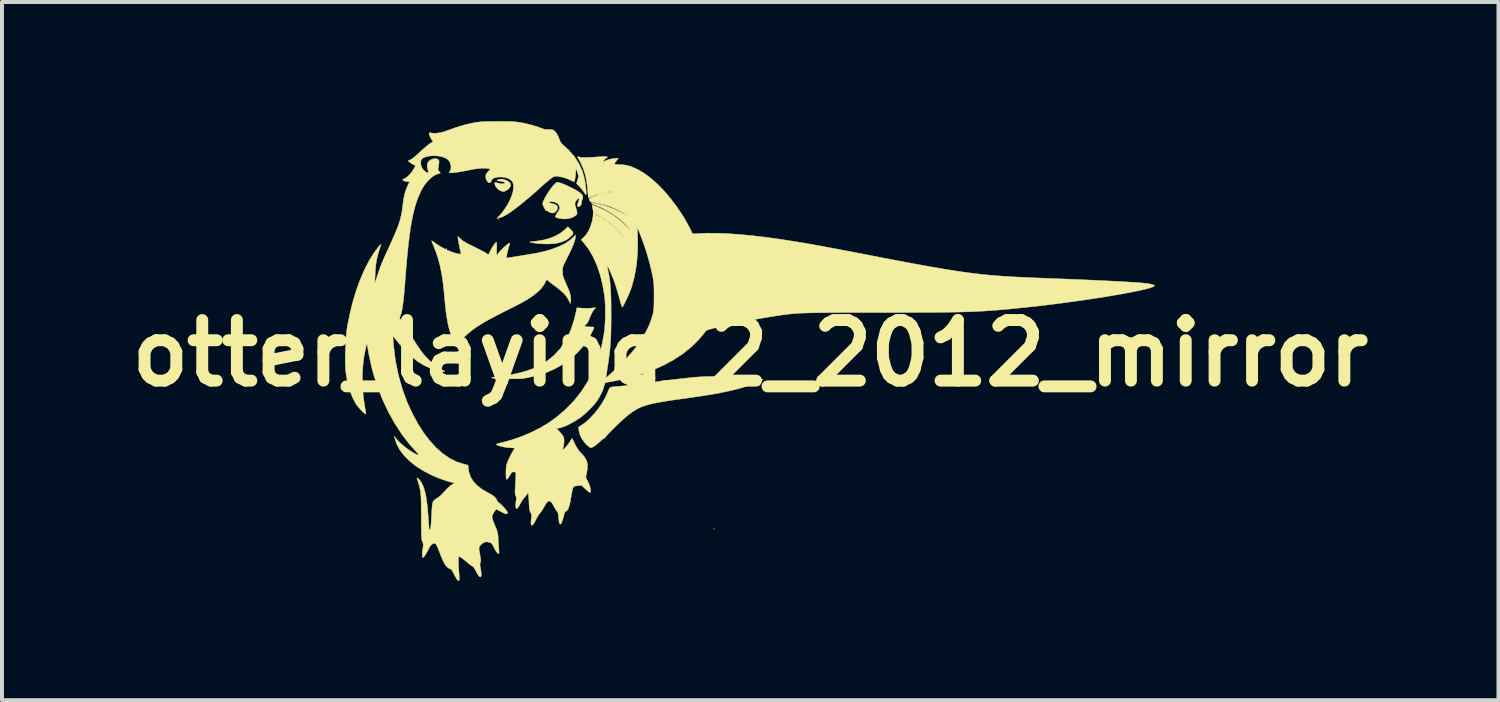
<source format=kicad_pcb>
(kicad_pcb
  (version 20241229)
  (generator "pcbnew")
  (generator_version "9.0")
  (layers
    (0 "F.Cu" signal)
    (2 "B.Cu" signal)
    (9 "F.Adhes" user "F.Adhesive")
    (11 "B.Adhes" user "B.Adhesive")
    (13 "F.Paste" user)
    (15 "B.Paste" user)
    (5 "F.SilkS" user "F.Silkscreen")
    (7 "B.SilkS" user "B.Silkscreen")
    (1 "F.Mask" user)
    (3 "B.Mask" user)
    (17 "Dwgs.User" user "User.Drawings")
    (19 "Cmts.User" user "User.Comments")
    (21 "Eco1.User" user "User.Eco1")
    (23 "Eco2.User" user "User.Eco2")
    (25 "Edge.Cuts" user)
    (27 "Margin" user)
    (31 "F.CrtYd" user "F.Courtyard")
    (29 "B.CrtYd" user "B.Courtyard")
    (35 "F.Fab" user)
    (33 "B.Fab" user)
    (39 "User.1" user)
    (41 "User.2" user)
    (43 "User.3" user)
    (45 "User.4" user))
  (footprint "otter_laying_2_2012_mirror"
    (layer "F.Cu")
    (at 14.428 5.838)
    (property "Reference" "otter_laying_2_2012_mirror" (at 1.4 0 0) (layer "F.SilkS") (effects (font (size 1.524 1.524) (thickness 0.3))))
    (attr through_hole)
    (fp_poly (pts (xy -6.252 -2.627) (xy -6.244 -2.619) (xy -6.236 -2.627) (xy -6.244 -2.635) (xy -6.252 -2.627)) (stroke (width 0.01) (type solid)) (fill yes) (layer "F.SilkS"))
    (fp_poly (pts (xy -4.934 -3.373) (xy -4.926 -3.365) (xy -4.918 -3.373) (xy -4.926 -3.381) (xy -4.934 -3.373)) (stroke (width 0.01) (type solid)) (fill yes) (layer "F.SilkS"))
    (fp_poly (pts (xy 0.479 4.421) (xy 0.487 4.429) (xy 0.495 4.421) (xy 0.487 4.413) (xy 0.479 4.421)) (stroke (width 0.01) (type solid)) (fill yes) (layer "F.SilkS"))
    (fp_poly (pts (xy -3.274 -3.102) (xy -3.379 -3.019) (xy -3.509 -2.947) (xy -3.658 -2.888) (xy -3.821 -2.845) (xy -3.992 -2.819) (xy -4.018 -2.817) (xy -4.079 -2.811) (xy -4.124 -2.805) (xy -4.148 -2.8) (xy -4.15 -2.798) (xy -4.131 -2.792) (xy -4.089 -2.783) (xy -4.032 -2.772) (xy -4.01 -2.768) (xy -3.904 -2.756) (xy -3.785 -2.75) (xy -3.663 -2.75) (xy -3.551 -2.756) (xy -3.457 -2.769) (xy -3.445 -2.772) (xy -3.326 -2.805) (xy -3.229 -2.849) (xy -3.147 -2.909) (xy -3.141 -2.914) (xy -3.09 -2.963) (xy -3.061 -2.999) (xy -3.056 -3.03) (xy -3.072 -3.063) (xy -3.11 -3.105) (xy -3.115 -3.11) (xy -3.188 -3.184) (xy -3.274 -3.102)) (stroke (width 0.01) (type solid)) (fill yes) (layer "F.SilkS"))
    (fp_poly (pts (xy -4.937 -4.371) (xy -4.958 -4.36) (xy -4.971 -4.348) (xy -4.966 -4.34) (xy -4.937 -4.335) (xy -4.896 -4.331) (xy -4.841 -4.322) (xy -4.797 -4.309) (xy -4.781 -4.299) (xy -4.769 -4.283) (xy -4.778 -4.273) (xy -4.814 -4.266) (xy -4.816 -4.265) (xy -4.879 -4.265) (xy -4.94 -4.279) (xy -4.989 -4.295) (xy -5.016 -4.3) (xy -5.027 -4.292) (xy -5.029 -4.27) (xy -5.029 -4.268) (xy -5.016 -4.216) (xy -4.981 -4.161) (xy -4.931 -4.115) (xy -4.896 -4.094) (xy -4.848 -4.074) (xy -4.816 -4.067) (xy -4.786 -4.072) (xy -4.752 -4.086) (xy -4.695 -4.123) (xy -4.649 -4.173) (xy -4.626 -4.216) (xy -4.629 -4.257) (xy -4.656 -4.296) (xy -4.703 -4.331) (xy -4.76 -4.359) (xy -4.823 -4.377) (xy -4.884 -4.382) (xy -4.937 -4.371)) (stroke (width 0.01) (type solid)) (fill yes) (layer "F.SilkS"))
    (fp_poly (pts (xy -2.541 -1.144) (xy -2.573 -1.139) (xy -2.627 -1.133) (xy -2.7 -1.131) (xy -2.779 -1.132) (xy -2.81 -1.133) (xy -2.963 -1.143) (xy -2.981 -1.052) (xy -3.024 -0.869) (xy -3.081 -0.683) (xy -3.144 -0.516) (xy -3.247 -0.31) (xy -3.375 -0.123) (xy -3.526 0.043) (xy -3.7 0.187) (xy -3.894 0.307) (xy -4.064 0.387) (xy -4.232 0.446) (xy -4.423 0.498) (xy -4.631 0.543) (xy -4.848 0.578) (xy -5.011 0.597) (xy -5.071 0.604) (xy -5.102 0.61) (xy -5.107 0.618) (xy -5.101 0.623) (xy -5.076 0.629) (xy -5.024 0.634) (xy -4.952 0.638) (xy -4.864 0.641) (xy -4.768 0.643) (xy -4.667 0.644) (xy -4.568 0.644) (xy -4.477 0.643) (xy -4.398 0.641) (xy -4.337 0.637) (xy -4.316 0.635) (xy -4.169 0.609) (xy -4.012 0.573) (xy -3.86 0.531) (xy -3.764 0.499) (xy -3.531 0.4) (xy -3.313 0.278) (xy -3.114 0.135) (xy -2.936 -0.027) (xy -2.78 -0.205) (xy -2.651 -0.398) (xy -2.606 -0.482) (xy -2.568 -0.556) (xy -2.544 -0.607) (xy -2.534 -0.639) (xy -2.538 -0.655) (xy -2.556 -0.661) (xy -2.588 -0.662) (xy -2.606 -0.662) (xy -2.663 -0.663) (xy -2.715 -0.668) (xy -2.732 -0.672) (xy -2.776 -0.684) (xy -2.732 -0.721) (xy -2.701 -0.758) (xy -2.671 -0.812) (xy -2.658 -0.844) (xy -2.631 -0.912) (xy -2.6 -0.981) (xy -2.568 -1.042) (xy -2.538 -1.089) (xy -2.516 -1.115) (xy -2.512 -1.118) (xy -2.492 -1.133) (xy -2.489 -1.14) (xy -2.504 -1.146) (xy -2.541 -1.144)) (stroke (width 0.01) (type solid)) (fill yes) (layer "F.SilkS"))
    (fp_poly (pts (xy 0.381 0.585) (xy 0.209 0.59) (xy 0.057 0.6) (xy 0.043 0.601) (xy -0.121 0.617) (xy -0.305 0.637) (xy -0.502 0.659) (xy -0.701 0.684) (xy -0.892 0.71) (xy -0.979 0.722) (xy -1.124 0.742) (xy -1.277 0.763) (xy -1.431 0.782) (xy -1.578 0.799) (xy -1.714 0.814) (xy -1.83 0.826) (xy -1.91 0.833) (xy -1.998 0.84) (xy -2.06 0.846) (xy -2.102 0.855) (xy -2.129 0.87) (xy -2.148 0.893) (xy -2.164 0.927) (xy -2.18 0.968) (xy -2.244 1.11) (xy -2.328 1.256) (xy -2.427 1.401) (xy -2.537 1.536) (xy -2.651 1.656) (xy -2.765 1.755) (xy -2.808 1.786) (xy -2.922 1.862) (xy -2.912 1.943) (xy -2.887 2.047) (xy -2.836 2.152) (xy -2.767 2.25) (xy -2.721 2.299) (xy -2.676 2.339) (xy -2.638 2.368) (xy -2.614 2.381) (xy -2.612 2.381) (xy -2.587 2.373) (xy -2.547 2.353) (xy -2.52 2.336) (xy -2.472 2.301) (xy -2.414 2.253) (xy -2.366 2.209) (xy -2.322 2.169) (xy -2.286 2.144) (xy -2.265 2.137) (xy -2.264 2.137) (xy -2.254 2.138) (xy -2.256 2.132) (xy -2.249 2.116) (xy -2.221 2.083) (xy -2.177 2.034) (xy -2.12 1.975) (xy -2.054 1.909) (xy -1.983 1.838) (xy -1.908 1.767) (xy -1.836 1.699) (xy -1.768 1.637) (xy -1.708 1.586) (xy -1.677 1.561) (xy -1.607 1.507) (xy -1.54 1.459) (xy -1.473 1.418) (xy -1.404 1.381) (xy -1.329 1.348) (xy -1.246 1.318) (xy -1.151 1.291) (xy -1.042 1.265) (xy -0.917 1.24) (xy -0.771 1.214) (xy -0.603 1.188) (xy -0.409 1.16) (xy -0.186 1.129) (xy -0.172 1.127) (xy 0.135 1.083) (xy 0.411 1.039) (xy 0.66 0.994) (xy 0.884 0.947) (xy 1.084 0.898) (xy 1.263 0.847) (xy 1.423 0.792) (xy 1.567 0.734) (xy 1.614 0.713) (xy 1.725 0.661) (xy 1.603 0.641) (xy 1.472 0.624) (xy 1.315 0.609) (xy 1.14 0.598) (xy 0.953 0.589) (xy 0.759 0.584) (xy 0.567 0.583) (xy 0.381 0.585)) (stroke (width 0.01) (type solid)) (fill yes) (layer "F.SilkS"))
    (fp_poly (pts (xy -3.486 -4.289) (xy -3.526 -4.252) (xy -3.574 -4.198) (xy -3.625 -4.131) (xy -3.677 -4.057) (xy -3.726 -3.98) (xy -3.768 -3.905) (xy -3.801 -3.839) (xy -3.82 -3.786) (xy -3.823 -3.762) (xy -3.814 -3.722) (xy -3.792 -3.674) (xy -3.785 -3.663) (xy -3.763 -3.626) (xy -3.755 -3.6) (xy -3.757 -3.594) (xy -3.757 -3.589) (xy -3.75 -3.593) (xy -3.727 -3.59) (xy -3.692 -3.572) (xy -3.679 -3.563) (xy -3.615 -3.531) (xy -3.554 -3.528) (xy -3.502 -3.552) (xy -3.464 -3.6) (xy -3.449 -3.646) (xy -3.447 -3.685) (xy -3.466 -3.714) (xy -3.48 -3.726) (xy -3.522 -3.749) (xy -3.576 -3.766) (xy -3.593 -3.77) (xy -3.642 -3.782) (xy -3.66 -3.797) (xy -3.648 -3.809) (xy -3.607 -3.815) (xy -3.587 -3.815) (xy -3.51 -3.8) (xy -3.449 -3.765) (xy -3.409 -3.714) (xy -3.394 -3.652) (xy -3.403 -3.624) (xy -3.425 -3.58) (xy -3.45 -3.54) (xy -3.479 -3.494) (xy -3.499 -3.456) (xy -3.505 -3.437) (xy -3.491 -3.42) (xy -3.452 -3.404) (xy -3.396 -3.391) (xy -3.332 -3.382) (xy -3.265 -3.379) (xy -3.205 -3.382) (xy -3.192 -3.384) (xy -3.119 -3.402) (xy -3.051 -3.429) (xy -2.997 -3.461) (xy -2.965 -3.493) (xy -2.965 -3.494) (xy -2.957 -3.518) (xy -2.957 -3.549) (xy -2.967 -3.595) (xy -2.982 -3.646) (xy -3.001 -3.706) (xy -3.009 -3.746) (xy -3.009 -3.774) (xy -3.001 -3.801) (xy -2.992 -3.819) (xy -2.965 -3.861) (xy -2.936 -3.886) (xy -2.911 -3.887) (xy -2.907 -3.884) (xy -2.907 -3.865) (xy -2.917 -3.828) (xy -2.924 -3.81) (xy -2.945 -3.746) (xy -2.948 -3.703) (xy -2.933 -3.684) (xy -2.926 -3.683) (xy -2.892 -3.696) (xy -2.861 -3.726) (xy -2.844 -3.763) (xy -2.844 -3.781) (xy -2.843 -3.817) (xy -2.83 -3.861) (xy -2.827 -3.866) (xy -2.812 -3.909) (xy -2.812 -3.949) (xy -2.83 -3.988) (xy -2.868 -4.027) (xy -2.929 -4.07) (xy -3.014 -4.12) (xy -3.12 -4.174) (xy -3.233 -4.228) (xy -3.328 -4.268) (xy -3.403 -4.293) (xy -3.455 -4.302) (xy -3.457 -4.302) (xy -3.486 -4.289)) (stroke (width 0.01) (type solid)) (fill yes) (layer "F.SilkS"))
    (fp_poly (pts (xy -3.034 -2.937) (xy -3.134 -2.845) (xy -3.263 -2.759) (xy -3.418 -2.683) (xy -3.599 -2.615) (xy -3.801 -2.557) (xy -3.958 -2.523) (xy -4.005 -2.514) (xy -4.073 -2.502) (xy -4.157 -2.488) (xy -4.25 -2.473) (xy -4.348 -2.457) (xy -4.445 -2.441) (xy -4.537 -2.426) (xy -4.617 -2.414) (xy -4.68 -2.404) (xy -4.721 -2.398) (xy -4.734 -2.397) (xy -4.735 -2.411) (xy -4.73 -2.449) (xy -4.719 -2.503) (xy -4.704 -2.566) (xy -4.687 -2.631) (xy -4.68 -2.654) (xy -4.664 -2.708) (xy -4.653 -2.749) (xy -4.648 -2.769) (xy -4.648 -2.769) (xy -4.659 -2.773) (xy -4.686 -2.757) (xy -4.726 -2.726) (xy -4.774 -2.685) (xy -4.825 -2.637) (xy -4.875 -2.588) (xy -4.919 -2.54) (xy -4.952 -2.498) (xy -4.956 -2.492) (xy -4.968 -2.476) (xy -4.976 -2.473) (xy -4.98 -2.487) (xy -4.981 -2.522) (xy -4.98 -2.582) (xy -4.979 -2.623) (xy -4.977 -2.693) (xy -4.978 -2.748) (xy -4.98 -2.784) (xy -4.983 -2.794) (xy -5.005 -2.781) (xy -5.037 -2.745) (xy -5.074 -2.692) (xy -5.112 -2.629) (xy -5.133 -2.59) (xy -5.191 -2.474) (xy -5.225 -2.505) (xy -5.25 -2.522) (xy -5.298 -2.55) (xy -5.365 -2.585) (xy -5.446 -2.626) (xy -5.534 -2.67) (xy -5.541 -2.673) (xy -5.66 -2.732) (xy -5.752 -2.781) (xy -5.82 -2.822) (xy -5.868 -2.857) (xy -5.886 -2.873) (xy -5.922 -2.908) (xy -5.947 -2.931) (xy -5.955 -2.937) (xy -5.956 -2.923) (xy -5.952 -2.884) (xy -5.944 -2.83) (xy -5.933 -2.766) (xy -5.921 -2.7) (xy -5.909 -2.639) (xy -5.898 -2.591) (xy -5.895 -2.58) (xy -5.883 -2.535) (xy -5.878 -2.503) (xy -5.879 -2.495) (xy -5.896 -2.495) (xy -5.936 -2.501) (xy -5.991 -2.512) (xy -5.998 -2.514) (xy -6.099 -2.544) (xy -6.213 -2.59) (xy -6.329 -2.647) (xy -6.438 -2.71) (xy -6.512 -2.761) (xy -6.56 -2.796) (xy -6.596 -2.82) (xy -6.615 -2.829) (xy -6.617 -2.829) (xy -6.611 -2.81) (xy -6.596 -2.769) (xy -6.573 -2.714) (xy -6.562 -2.688) (xy -6.504 -2.538) (xy -6.454 -2.385) (xy -6.411 -2.223) (xy -6.374 -2.048) (xy -6.342 -1.856) (xy -6.315 -1.641) (xy -6.292 -1.4) (xy -6.291 -1.389) (xy -6.272 -1.192) (xy -6.253 -1.022) (xy -6.231 -0.875) (xy -6.208 -0.747) (xy -6.188 -0.658) (xy -6.162 -0.565) (xy -6.131 -0.469) (xy -6.097 -0.378) (xy -6.064 -0.301) (xy -6.035 -0.245) (xy -6.035 -0.245) (xy -6.006 -0.198) (xy -5.839 -0.366) (xy -5.76 -0.442) (xy -5.679 -0.514) (xy -5.594 -0.582) (xy -5.501 -0.649) (xy -5.396 -0.717) (xy -5.277 -0.789) (xy -5.141 -0.865) (xy -4.983 -0.949) (xy -4.801 -1.042) (xy -4.696 -1.095) (xy -4.559 -1.163) (xy -4.446 -1.221) (xy -4.353 -1.27) (xy -4.276 -1.313) (xy -4.209 -1.352) (xy -4.15 -1.39) (xy -4.093 -1.429) (xy -4.034 -1.472) (xy -4.033 -1.473) (xy -3.933 -1.555) (xy -3.855 -1.635) (xy -3.793 -1.721) (xy -3.765 -1.771) (xy -3.72 -1.856) (xy -3.68 -1.819) (xy -3.65 -1.794) (xy -3.602 -1.756) (xy -3.544 -1.713) (xy -3.513 -1.691) (xy -3.394 -1.599) (xy -3.301 -1.517) (xy -3.232 -1.439) (xy -3.183 -1.363) (xy -3.172 -1.341) (xy -3.128 -1.246) (xy -3.117 -1.318) (xy -3.113 -1.371) (xy -3.118 -1.428) (xy -3.133 -1.494) (xy -3.16 -1.574) (xy -3.201 -1.673) (xy -3.231 -1.742) (xy -3.268 -1.825) (xy -3.293 -1.888) (xy -3.309 -1.936) (xy -3.318 -1.979) (xy -3.321 -2.022) (xy -3.322 -2.059) (xy -3.322 -2.102) (xy -3.319 -2.137) (xy -3.313 -2.171) (xy -3.299 -2.209) (xy -3.278 -2.258) (xy -3.246 -2.322) (xy -3.202 -2.408) (xy -3.194 -2.425) (xy -3.122 -2.57) (xy -3.065 -2.697) (xy -3.026 -2.803) (xy -3.003 -2.886) (xy -2.998 -2.935) (xy -2.998 -2.977) (xy -3.034 -2.937)) (stroke (width 0.01) (type solid)) (fill yes) (layer "F.SilkS"))
    (fp_poly (pts (xy -4.958 -5.833) (xy -5.09 -5.832) (xy -5.196 -5.831) (xy -5.281 -5.829) (xy -5.351 -5.825) (xy -5.412 -5.82) (xy -5.469 -5.813) (xy -5.527 -5.803) (xy -5.593 -5.791) (xy -5.595 -5.791) (xy -5.697 -5.769) (xy -5.801 -5.742) (xy -5.914 -5.709) (xy -6.042 -5.667) (xy -6.189 -5.615) (xy -6.283 -5.581) (xy -6.383 -5.552) (xy -6.484 -5.537) (xy -6.576 -5.535) (xy -6.637 -5.545) (xy -6.668 -5.55) (xy -6.679 -5.539) (xy -6.68 -5.524) (xy -6.672 -5.484) (xy -6.649 -5.432) (xy -6.621 -5.383) (xy -6.594 -5.35) (xy -6.582 -5.336) (xy -6.588 -5.322) (xy -6.616 -5.302) (xy -6.64 -5.288) (xy -6.679 -5.262) (xy -6.734 -5.219) (xy -6.797 -5.165) (xy -6.864 -5.105) (xy -6.875 -5.095) (xy -6.967 -5.011) (xy -7.039 -4.947) (xy -7.095 -4.902) (xy -7.136 -4.874) (xy -7.165 -4.86) (xy -7.178 -4.858) (xy -7.201 -4.85) (xy -7.204 -4.842) (xy -7.192 -4.825) (xy -7.16 -4.799) (xy -7.119 -4.771) (xy -7.077 -4.747) (xy -7.044 -4.733) (xy -7.034 -4.731) (xy -7.026 -4.721) (xy -7.038 -4.689) (xy -7.056 -4.655) (xy -7.115 -4.564) (xy -7.178 -4.487) (xy -7.241 -4.429) (xy -7.284 -4.402) (xy -7.322 -4.382) (xy -7.344 -4.366) (xy -7.347 -4.361) (xy -7.333 -4.346) (xy -7.299 -4.331) (xy -7.253 -4.321) (xy -7.218 -4.318) (xy -7.186 -4.315) (xy -7.176 -4.307) (xy -7.176 -4.306) (xy -7.225 -4.205) (xy -7.263 -4.112) (xy -7.292 -4.017) (xy -7.316 -3.912) (xy -7.335 -3.79) (xy -7.347 -3.691) (xy -7.36 -3.591) (xy -7.376 -3.497) (xy -7.397 -3.406) (xy -7.423 -3.312) (xy -7.457 -3.212) (xy -7.5 -3.101) (xy -7.553 -2.974) (xy -7.618 -2.827) (xy -7.684 -2.683) (xy -7.745 -2.55) (xy -7.795 -2.44) (xy -7.836 -2.348) (xy -7.87 -2.267) (xy -7.899 -2.192) (xy -7.927 -2.117) (xy -7.954 -2.037) (xy -7.985 -1.945) (xy -7.985 -1.945) (xy -8.047 -1.754) (xy -8.039 -1.976) (xy -8.029 -2.149) (xy -8.01 -2.301) (xy -7.98 -2.444) (xy -7.937 -2.59) (xy -7.935 -2.597) (xy -7.915 -2.658) (xy -7.9 -2.707) (xy -7.893 -2.736) (xy -7.892 -2.741) (xy -7.904 -2.733) (xy -7.929 -2.706) (xy -7.956 -2.675) (xy -8.081 -2.507) (xy -8.2 -2.311) (xy -8.313 -2.089) (xy -8.418 -1.845) (xy -8.513 -1.582) (xy -8.598 -1.302) (xy -8.671 -1.01) (xy -8.732 -0.707) (xy -8.746 -0.625) (xy -8.759 -0.52) (xy -8.771 -0.392) (xy -8.78 -0.25) (xy -8.786 -0.101) (xy -8.79 0.049) (xy -8.79 0.193) (xy -8.787 0.322) (xy -8.781 0.431) (xy -8.777 0.472) (xy -8.74 0.697) (xy -8.685 0.907) (xy -8.616 1.096) (xy -8.54 1.245) (xy -8.51 1.292) (xy -8.469 1.344) (xy -8.424 1.398) (xy -8.377 1.448) (xy -8.334 1.491) (xy -8.3 1.52) (xy -8.278 1.532) (xy -8.272 1.529) (xy -8.273 1.507) (xy -8.278 1.461) (xy -8.288 1.398) (xy -8.298 1.347) (xy -8.333 1.113) (xy -8.355 0.867) (xy -8.361 0.618) (xy -8.352 0.375) (xy -8.328 0.147) (xy -8.309 0.032) (xy -8.293 -0.047) (xy -8.278 -0.118) (xy -8.265 -0.174) (xy -8.256 -0.206) (xy -8.256 -0.206) (xy -8.247 -0.226) (xy -8.24 -0.223) (xy -8.234 -0.196) (xy -8.229 -0.159) (xy -8.217 -0.086) (xy -8.2 0.009) (xy -8.177 0.118) (xy -8.153 0.233) (xy -8.127 0.344) (xy -8.102 0.444) (xy -8.086 0.506) (xy -7.979 0.842) (xy -7.852 1.167) (xy -7.706 1.477) (xy -7.543 1.77) (xy -7.365 2.042) (xy -7.174 2.29) (xy -7.052 2.427) (xy -6.994 2.49) (xy -6.957 2.533) (xy -6.941 2.558) (xy -6.944 2.565) (xy -6.951 2.564) (xy -7.027 2.532) (xy -7.118 2.48) (xy -7.215 2.415) (xy -7.312 2.341) (xy -7.402 2.262) (xy -7.478 2.186) (xy -7.52 2.135) (xy -7.556 2.088) (xy -7.546 2.132) (xy -7.498 2.284) (xy -7.419 2.431) (xy -7.311 2.574) (xy -7.176 2.71) (xy -7.015 2.838) (xy -6.828 2.958) (xy -6.619 3.066) (xy -6.557 3.094) (xy -6.446 3.14) (xy -6.332 3.182) (xy -6.224 3.218) (xy -6.132 3.244) (xy -6.103 3.25) (xy -6.042 3.263) (xy -6.123 3.318) (xy -6.171 3.357) (xy -6.228 3.41) (xy -6.285 3.47) (xy -6.3 3.488) (xy -6.378 3.57) (xy -6.452 3.63) (xy -6.479 3.647) (xy -6.538 3.686) (xy -6.578 3.728) (xy -6.584 3.738) (xy -6.594 3.778) (xy -6.604 3.849) (xy -6.612 3.951) (xy -6.619 4.072) (xy -6.625 4.195) (xy -6.631 4.29) (xy -6.637 4.359) (xy -6.644 4.406) (xy -6.653 4.433) (xy -6.663 4.444) (xy -6.666 4.445) (xy -6.68 4.433) (xy -6.68 4.429) (xy -6.681 4.409) (xy -6.685 4.363) (xy -6.689 4.294) (xy -6.696 4.209) (xy -6.703 4.111) (xy -6.705 4.076) (xy -6.722 3.877) (xy -6.743 3.706) (xy -6.767 3.561) (xy -6.797 3.441) (xy -6.831 3.34) (xy -6.872 3.258) (xy -6.919 3.191) (xy -6.93 3.179) (xy -6.965 3.146) (xy -6.985 3.139) (xy -6.988 3.156) (xy -6.973 3.193) (xy -6.959 3.228) (xy -6.942 3.285) (xy -6.924 3.354) (xy -6.915 3.393) (xy -6.906 3.437) (xy -6.898 3.478) (xy -6.892 3.522) (xy -6.888 3.572) (xy -6.884 3.632) (xy -6.882 3.706) (xy -6.88 3.798) (xy -6.88 3.913) (xy -6.879 4.054) (xy -6.879 4.112) (xy -6.878 4.262) (xy -6.878 4.385) (xy -6.876 4.482) (xy -6.875 4.558) (xy -6.872 4.616) (xy -6.869 4.66) (xy -6.864 4.693) (xy -6.858 4.718) (xy -6.85 4.739) (xy -6.848 4.743) (xy -6.832 4.789) (xy -6.827 4.829) (xy -6.833 4.879) (xy -6.837 4.901) (xy -6.848 4.967) (xy -6.853 5.032) (xy -6.854 5.087) (xy -6.85 5.127) (xy -6.841 5.143) (xy -6.84 5.144) (xy -6.818 5.13) (xy -6.787 5.092) (xy -6.75 5.035) (xy -6.712 4.965) (xy -6.696 4.932) (xy -6.663 4.869) (xy -6.634 4.829) (xy -6.601 4.803) (xy -6.591 4.798) (xy -6.562 4.786) (xy -6.538 4.784) (xy -6.517 4.795) (xy -6.496 4.824) (xy -6.472 4.873) (xy -6.442 4.946) (xy -6.42 5.005) (xy -6.388 5.085) (xy -6.356 5.162) (xy -6.328 5.227) (xy -6.308 5.268) (xy -6.271 5.328) (xy -6.227 5.379) (xy -6.182 5.415) (xy -6.144 5.429) (xy -6.143 5.429) (xy -6.121 5.444) (xy -6.09 5.489) (xy -6.056 5.555) (xy -6.025 5.616) (xy -5.994 5.667) (xy -5.971 5.702) (xy -5.965 5.708) (xy -5.942 5.726) (xy -5.931 5.722) (xy -5.924 5.708) (xy -5.921 5.679) (xy -5.921 5.63) (xy -5.925 5.569) (xy -5.925 5.567) (xy -5.933 5.469) (xy -5.939 5.374) (xy -5.942 5.286) (xy -5.943 5.212) (xy -5.94 5.156) (xy -5.935 5.124) (xy -5.932 5.118) (xy -5.915 5.119) (xy -5.884 5.135) (xy -5.837 5.168) (xy -5.772 5.22) (xy -5.697 5.282) (xy -5.649 5.321) (xy -5.609 5.351) (xy -5.583 5.365) (xy -5.579 5.366) (xy -5.563 5.379) (xy -5.539 5.414) (xy -5.514 5.46) (xy -5.471 5.542) (xy -5.434 5.599) (xy -5.404 5.628) (xy -5.382 5.629) (xy -5.37 5.602) (xy -5.368 5.547) (xy -5.371 5.519) (xy -5.379 5.454) (xy -5.389 5.391) (xy -5.395 5.358) (xy -5.401 5.303) (xy -5.392 5.275) (xy -5.384 5.257) (xy -5.381 5.225) (xy -5.385 5.176) (xy -5.395 5.105) (xy -5.412 5.007) (xy -5.412 5.006) (xy -5.422 4.945) (xy -5.424 4.906) (xy -5.419 4.879) (xy -5.406 4.853) (xy -5.405 4.851) (xy -5.367 4.809) (xy -5.317 4.773) (xy -5.267 4.75) (xy -5.244 4.747) (xy -5.207 4.751) (xy -5.16 4.761) (xy -5.156 4.762) (xy -5.122 4.776) (xy -5.097 4.799) (xy -5.072 4.839) (xy -5.057 4.871) (xy -5.02 4.944) (xy -4.984 5.001) (xy -4.952 5.037) (xy -4.931 5.048) (xy -4.923 5.036) (xy -4.921 4.996) (xy -4.924 4.928) (xy -4.926 4.909) (xy -4.932 4.828) (xy -4.938 4.741) (xy -4.941 4.667) (xy -4.942 4.659) (xy -4.945 4.6) (xy -4.952 4.547) (xy -4.964 4.493) (xy -4.985 4.43) (xy -5.016 4.352) (xy -5.048 4.276) (xy -5.077 4.203) (xy -5.094 4.149) (xy -5.096 4.107) (xy -5.084 4.067) (xy -5.058 4.019) (xy -5.036 3.986) (xy -4.994 3.922) (xy -4.872 3.988) (xy -4.795 4.026) (xy -4.742 4.042) (xy -4.712 4.038) (xy -4.705 4.013) (xy -4.707 4.002) (xy -4.723 3.972) (xy -4.756 3.928) (xy -4.799 3.878) (xy -4.846 3.829) (xy -4.889 3.789) (xy -4.923 3.764) (xy -4.923 3.764) (xy -4.956 3.736) (xy -4.972 3.707) (xy -4.995 3.656) (xy -5.04 3.608) (xy -5.109 3.559) (xy -5.186 3.517) (xy -5.344 3.427) (xy -5.472 3.329) (xy -5.571 3.222) (xy -5.64 3.107) (xy -5.681 2.982) (xy -5.691 2.914) (xy -5.7 2.816) (xy -5.813 2.789) (xy -5.99 2.732) (xy -6.165 2.643) (xy -6.335 2.526) (xy -6.501 2.38) (xy -6.66 2.207) (xy -6.813 2.008) (xy -6.957 1.784) (xy -7.092 1.537) (xy -7.217 1.267) (xy -7.233 1.23) (xy -7.356 0.894) (xy -7.455 0.542) (xy -7.528 0.181) (xy -7.573 -0.183) (xy -7.58 -0.278) (xy -7.59 -0.437) (xy -7.462 -0.275) (xy -7.299 -0.086) (xy -7.137 0.074) (xy -6.972 0.206) (xy -6.802 0.31) (xy -6.625 0.389) (xy -6.439 0.445) (xy -6.372 0.459) (xy -6.327 0.464) (xy -6.297 0.461) (xy -6.288 0.453) (xy -6.303 0.441) (xy -6.319 0.436) (xy -6.368 0.413) (xy -6.433 0.374) (xy -6.506 0.323) (xy -6.58 0.265) (xy -6.649 0.205) (xy -6.666 0.189) (xy -6.73 0.125) (xy -6.789 0.061) (xy -6.844 -0.005) (xy -6.9 -0.079) (xy -6.959 -0.165) (xy -7.025 -0.266) (xy -7.1 -0.388) (xy -7.172 -0.508) (xy -7.223 -0.593) (xy -7.273 -0.673) (xy -7.318 -0.742) (xy -7.353 -0.794) (xy -7.372 -0.819) (xy -7.425 -0.885) (xy -7.396 -0.962) (xy -7.378 -1.019) (xy -7.361 -1.093) (xy -7.346 -1.187) (xy -7.33 -1.304) (xy -7.315 -1.446) (xy -7.3 -1.615) (xy -7.284 -1.813) (xy -7.284 -1.818) (xy -7.26 -2.131) (xy -7.235 -2.415) (xy -7.209 -2.671) (xy -7.182 -2.902) (xy -7.154 -3.11) (xy -7.123 -3.297) (xy -7.09 -3.465) (xy -7.054 -3.617) (xy -7.016 -3.754) (xy -6.973 -3.879) (xy -6.926 -3.993) (xy -6.875 -4.1) (xy -6.845 -4.156) (xy -6.78 -4.256) (xy -6.703 -4.346) (xy -6.621 -4.423) (xy -6.537 -4.481) (xy -6.458 -4.515) (xy -6.442 -4.519) (xy -6.406 -4.527) (xy -6.398 -4.539) (xy -6.416 -4.561) (xy -6.428 -4.574) (xy -6.451 -4.605) (xy -6.454 -4.642) (xy -6.451 -4.665) (xy -6.437 -4.747) (xy -6.43 -4.804) (xy -6.431 -4.841) (xy -6.439 -4.863) (xy -6.446 -4.87) (xy -6.501 -4.896) (xy -6.568 -4.894) (xy -6.633 -4.87) (xy -6.691 -4.83) (xy -6.723 -4.78) (xy -6.73 -4.715) (xy -6.716 -4.64) (xy -6.704 -4.592) (xy -6.7 -4.556) (xy -6.703 -4.545) (xy -6.725 -4.542) (xy -6.76 -4.559) (xy -6.799 -4.589) (xy -6.836 -4.627) (xy -6.855 -4.655) (xy -6.883 -4.723) (xy -6.893 -4.791) (xy -6.885 -4.851) (xy -6.866 -4.886) (xy -6.815 -4.922) (xy -6.742 -4.948) (xy -6.652 -4.964) (xy -6.554 -4.969) (xy -6.454 -4.963) (xy -6.361 -4.946) (xy -6.281 -4.917) (xy -6.224 -4.885) (xy -6.188 -4.853) (xy -6.16 -4.809) (xy -6.156 -4.8) (xy -6.132 -4.726) (xy -6.13 -4.654) (xy -6.15 -4.592) (xy -6.166 -4.571) (xy -6.179 -4.554) (xy -6.178 -4.545) (xy -6.156 -4.541) (xy -6.109 -4.54) (xy -6.096 -4.54) (xy -6.047 -4.544) (xy -5.975 -4.553) (xy -5.887 -4.567) (xy -5.792 -4.584) (xy -5.732 -4.597) (xy -5.58 -4.627) (xy -5.454 -4.646) (xy -5.35 -4.655) (xy -5.265 -4.655) (xy -5.198 -4.646) (xy -5.136 -4.633) (xy -5.196 -4.572) (xy -5.234 -4.527) (xy -5.252 -4.487) (xy -5.257 -4.447) (xy -5.251 -4.395) (xy -5.232 -4.349) (xy -5.206 -4.313) (xy -5.176 -4.292) (xy -5.148 -4.289) (xy -5.127 -4.309) (xy -5.12 -4.331) (xy -5.095 -4.377) (xy -5.042 -4.41) (xy -4.964 -4.43) (xy -4.877 -4.435) (xy -4.772 -4.424) (xy -4.682 -4.395) (xy -4.613 -4.349) (xy -4.582 -4.312) (xy -4.559 -4.247) (xy -4.556 -4.164) (xy -4.571 -4.066) (xy -4.604 -3.958) (xy -4.652 -3.843) (xy -4.714 -3.726) (xy -4.788 -3.612) (xy -4.872 -3.503) (xy -4.916 -3.455) (xy -4.974 -3.394) (xy -4.918 -3.405) (xy -4.858 -3.423) (xy -4.789 -3.455) (xy -4.708 -3.501) (xy -4.614 -3.564) (xy -4.505 -3.644) (xy -4.378 -3.743) (xy -4.232 -3.863) (xy -4.156 -3.926) (xy -4.096 -3.978) (xy -4.043 -4.023) (xy -4.002 -4.059) (xy -3.98 -4.079) (xy -3.98 -4.079) (xy -3.938 -4.119) (xy -3.881 -4.17) (xy -3.817 -4.227) (xy -3.75 -4.285) (xy -3.685 -4.339) (xy -3.629 -4.385) (xy -3.586 -4.418) (xy -3.564 -4.433) (xy -3.511 -4.453) (xy -3.448 -4.453) (xy -3.442 -4.452) (xy -3.307 -4.425) (xy -3.179 -4.381) (xy -3.112 -4.349) (xy -3.057 -4.324) (xy -3.027 -4.318) (xy -3.022 -4.323) (xy -3.013 -4.362) (xy -3.004 -4.418) (xy -2.996 -4.48) (xy -2.99 -4.54) (xy -2.988 -4.589) (xy -2.989 -4.618) (xy -2.99 -4.621) (xy -2.993 -4.633) (xy -2.984 -4.629) (xy -2.97 -4.609) (xy -2.953 -4.568) (xy -2.941 -4.532) (xy -2.927 -4.48) (xy -2.924 -4.44) (xy -2.932 -4.398) (xy -2.944 -4.358) (xy -2.972 -4.27) (xy -2.905 -4.204) (xy -2.857 -4.151) (xy -2.809 -4.089) (xy -2.79 -4.062) (xy -2.761 -4.02) (xy -2.74 -3.992) (xy -2.731 -3.985) (xy -2.729 -3.999) (xy -2.728 -4.039) (xy -2.73 -4.097) (xy -2.733 -4.139) (xy -2.762 -4.361) (xy -2.82 -4.569) (xy -2.906 -4.763) (xy -3.02 -4.942) (xy -3.162 -5.106) (xy -3.255 -5.192) (xy -3.313 -5.244) (xy -3.351 -5.284) (xy -3.377 -5.32) (xy -3.394 -5.36) (xy -3.401 -5.382) (xy -3.434 -5.463) (xy -3.475 -5.536) (xy -3.521 -5.591) (xy -3.554 -5.616) (xy -3.602 -5.629) (xy -3.671 -5.63) (xy -3.677 -5.629) (xy -3.753 -5.63) (xy -3.822 -5.648) (xy -3.836 -5.654) (xy -3.943 -5.695) (xy -4.073 -5.735) (xy -4.22 -5.772) (xy -4.347 -5.799) (xy -4.406 -5.809) (xy -4.462 -5.818) (xy -4.519 -5.824) (xy -4.583 -5.828) (xy -4.658 -5.831) (xy -4.752 -5.832) (xy -4.868 -5.833) (xy -4.958 -5.833)) (stroke (width 0.01) (type solid)) (fill yes) (layer "F.SilkS"))
    (fp_poly (pts (xy -2.343 -4.947) (xy -2.345 -4.947) (xy -2.497 -4.936) (xy -2.62 -4.929) (xy -2.717 -4.925) (xy -2.791 -4.925) (xy -2.844 -4.927) (xy -2.88 -4.933) (xy -2.888 -4.935) (xy -2.931 -4.946) (xy -2.948 -4.941) (xy -2.94 -4.92) (xy -2.938 -4.918) (xy -2.911 -4.878) (xy -2.879 -4.817) (xy -2.844 -4.743) (xy -2.811 -4.665) (xy -2.801 -4.64) (xy -2.766 -4.54) (xy -2.74 -4.444) (xy -2.72 -4.344) (xy -2.704 -4.228) (xy -2.694 -4.128) (xy -2.687 -4.049) (xy -2.68 -3.983) (xy -2.675 -3.935) (xy -2.673 -3.911) (xy -2.672 -3.91) (xy -2.658 -3.914) (xy -2.621 -3.928) (xy -2.569 -3.95) (xy -2.544 -3.961) (xy -2.484 -3.986) (xy -2.433 -4.005) (xy -2.4 -4.015) (xy -2.394 -4.016) (xy -2.396 -4.01) (xy -2.422 -3.996) (xy -2.468 -3.977) (xy -2.481 -3.971) (xy -2.541 -3.946) (xy -2.592 -3.923) (xy -2.626 -3.906) (xy -2.627 -3.905) (xy -2.65 -3.887) (xy -2.652 -3.867) (xy -2.639 -3.839) (xy -2.616 -3.808) (xy -2.584 -3.795) (xy -2.556 -3.794) (xy -2.508 -3.789) (xy -2.439 -3.776) (xy -2.357 -3.757) (xy -2.27 -3.735) (xy -2.187 -3.71) (xy -2.117 -3.687) (xy -2.109 -3.683) (xy -2.047 -3.657) (xy -1.977 -3.625) (xy -1.905 -3.59) (xy -1.839 -3.557) (xy -1.785 -3.527) (xy -1.751 -3.506) (xy -1.745 -3.501) (xy -1.749 -3.499) (xy -1.776 -3.509) (xy -1.822 -3.531) (xy -1.872 -3.556) (xy -1.986 -3.61) (xy -2.107 -3.66) (xy -2.23 -3.703) (xy -2.347 -3.739) (xy -2.451 -3.764) (xy -2.538 -3.777) (xy -2.565 -3.778) (xy -2.592 -3.775) (xy -2.588 -3.764) (xy -2.554 -3.747) (xy -2.49 -3.724) (xy -2.489 -3.723) (xy -2.337 -3.661) (xy -2.178 -3.577) (xy -2.021 -3.477) (xy -1.875 -3.366) (xy -1.749 -3.251) (xy -1.727 -3.228) (xy -1.67 -3.167) (xy -1.634 -3.125) (xy -1.618 -3.105) (xy -1.623 -3.106) (xy -1.649 -3.129) (xy -1.696 -3.174) (xy -1.713 -3.192) (xy -1.869 -3.335) (xy -2.223 -3.335) (xy -2.226 -3.334) (xy -2.24 -3.345) (xy -2.243 -3.35) (xy -2.247 -3.364) (xy -2.245 -3.365) (xy -2.231 -3.354) (xy -2.227 -3.35) (xy -2.223 -3.335) (xy -1.869 -3.335) (xy -1.881 -3.346) (xy -1.916 -3.372) (xy -2.267 -3.372) (xy -2.279 -3.372) (xy -2.299 -3.381) (xy -2.324 -3.398) (xy -2.331 -3.406) (xy -2.319 -3.406) (xy -2.299 -3.397) (xy -2.274 -3.381) (xy -2.267 -3.372) (xy -1.916 -3.372) (xy -1.98 -3.421) (xy -2.346 -3.421) (xy -2.359 -3.423) (xy -2.393 -3.437) (xy -2.433 -3.456) (xy -2.478 -3.479) (xy -2.507 -3.497) (xy -2.514 -3.505) (xy -2.498 -3.501) (xy -2.465 -3.487) (xy -2.423 -3.467) (xy -2.383 -3.446) (xy -2.354 -3.429) (xy -2.346 -3.421) (xy -1.98 -3.421) (xy -2.051 -3.474) (xy -2.18 -3.555) (xy -2.235 -3.585) (xy -2.301 -3.617) (xy -2.371 -3.649) (xy -2.439 -3.679) (xy -2.5 -3.704) (xy -2.547 -3.721) (xy -2.574 -3.728) (xy -2.578 -3.727) (xy -2.578 -3.709) (xy -2.57 -3.673) (xy -2.568 -3.666) (xy -2.551 -3.564) (xy -2.555 -3.446) (xy -2.578 -3.322) (xy -2.616 -3.198) (xy -2.667 -3.082) (xy -2.73 -2.982) (xy -2.791 -2.915) (xy -2.856 -2.856) (xy -2.792 -2.783) (xy -2.666 -2.619) (xy -2.555 -2.428) (xy -2.458 -2.213) (xy -2.378 -1.977) (xy -2.314 -1.72) (xy -2.267 -1.447) (xy -2.266 -1.437) (xy -2.256 -1.332) (xy -2.25 -1.205) (xy -2.248 -1.064) (xy -2.249 -0.916) (xy -2.253 -0.773) (xy -2.261 -0.64) (xy -2.273 -0.528) (xy -2.275 -0.516) (xy -2.336 -0.189) (xy -2.424 0.122) (xy -2.539 0.418) (xy -2.679 0.696) (xy -2.846 0.957) (xy -3.037 1.199) (xy -3.254 1.421) (xy -3.494 1.624) (xy -3.68 1.756) (xy -3.888 1.88) (xy -4.118 1.995) (xy -4.36 2.097) (xy -4.606 2.182) (xy -4.844 2.247) (xy -4.847 2.247) (xy -4.907 2.262) (xy -4.956 2.275) (xy -4.984 2.285) (xy -4.987 2.287) (xy -4.986 2.3) (xy -4.958 2.316) (xy -4.912 2.333) (xy -4.851 2.349) (xy -4.783 2.363) (xy -4.713 2.374) (xy -4.67 2.377) (xy -4.526 2.385) (xy -4.587 2.49) (xy -4.626 2.562) (xy -4.667 2.644) (xy -4.697 2.712) (xy -4.72 2.77) (xy -4.735 2.82) (xy -4.742 2.871) (xy -4.746 2.935) (xy -4.747 2.995) (xy -4.746 3.064) (xy -4.744 3.121) (xy -4.741 3.158) (xy -4.739 3.169) (xy -4.721 3.172) (xy -4.696 3.149) (xy -4.663 3.099) (xy -4.646 3.07) (xy -4.617 3.022) (xy -4.596 2.996) (xy -4.574 2.987) (xy -4.547 2.988) (xy -4.498 2.992) (xy -4.499 3.088) (xy -4.501 3.145) (xy -4.505 3.222) (xy -4.51 3.306) (xy -4.513 3.359) (xy -4.518 3.442) (xy -4.519 3.501) (xy -4.516 3.542) (xy -4.507 3.572) (xy -4.502 3.584) (xy -4.487 3.624) (xy -4.486 3.671) (xy -4.492 3.714) (xy -4.502 3.789) (xy -4.502 3.851) (xy -4.494 3.894) (xy -4.477 3.913) (xy -4.474 3.913) (xy -4.456 3.9) (xy -4.429 3.864) (xy -4.398 3.811) (xy -4.387 3.791) (xy -4.355 3.732) (xy -4.325 3.684) (xy -4.303 3.653) (xy -4.298 3.648) (xy -4.272 3.621) (xy -4.242 3.583) (xy -4.237 3.576) (xy -4.212 3.543) (xy -4.192 3.525) (xy -4.189 3.524) (xy -4.184 3.539) (xy -4.179 3.58) (xy -4.174 3.641) (xy -4.169 3.716) (xy -4.168 3.738) (xy -4.164 3.829) (xy -4.159 3.896) (xy -4.152 3.943) (xy -4.142 3.978) (xy -4.128 4.007) (xy -4.11 4.041) (xy -4.103 4.073) (xy -4.103 4.115) (xy -4.11 4.169) (xy -4.118 4.253) (xy -4.115 4.308) (xy -4.102 4.333) (xy -4.08 4.327) (xy -4.05 4.292) (xy -4.012 4.226) (xy -3.997 4.196) (xy -3.965 4.133) (xy -3.932 4.078) (xy -3.905 4.04) (xy -3.896 4.03) (xy -3.87 4.002) (xy -3.838 3.956) (xy -3.805 3.899) (xy -3.802 3.894) (xy -3.753 3.806) (xy -3.711 3.749) (xy -3.673 3.72) (xy -3.638 3.721) (xy -3.602 3.751) (xy -3.563 3.809) (xy -3.537 3.859) (xy -3.507 3.912) (xy -3.479 3.957) (xy -3.46 3.98) (xy -3.443 4.004) (xy -3.432 4.043) (xy -3.424 4.105) (xy -3.422 4.141) (xy -3.413 4.226) (xy -3.4 4.28) (xy -3.384 4.302) (xy -3.364 4.294) (xy -3.342 4.254) (xy -3.317 4.182) (xy -3.316 4.178) (xy -3.299 4.118) (xy -3.285 4.063) (xy -3.276 4.029) (xy -3.258 3.993) (xy -3.234 3.976) (xy -3.204 3.954) (xy -3.177 3.908) (xy -3.152 3.834) (xy -3.128 3.732) (xy -3.109 3.62) (xy -3.095 3.539) (xy -3.081 3.469) (xy -3.068 3.415) (xy -3.058 3.385) (xy -3.057 3.382) (xy -3.039 3.358) (xy -3.033 3.35) (xy -3.016 3.345) (xy -2.977 3.338) (xy -2.937 3.333) (xy -2.847 3.323) (xy -2.747 3.416) (xy -2.7 3.458) (xy -2.662 3.49) (xy -2.637 3.507) (xy -2.633 3.508) (xy -2.617 3.495) (xy -2.613 3.459) (xy -2.621 3.406) (xy -2.638 3.342) (xy -2.664 3.273) (xy -2.697 3.205) (xy -2.703 3.194) (xy -2.724 3.155) (xy -2.734 3.125) (xy -2.733 3.092) (xy -2.723 3.043) (xy -2.719 3.027) (xy -2.697 2.906) (xy -2.695 2.804) (xy -2.713 2.716) (xy -2.755 2.634) (xy -2.82 2.552) (xy -2.839 2.532) (xy -2.906 2.459) (xy -2.956 2.389) (xy -3 2.307) (xy -3.012 2.282) (xy -3.04 2.223) (xy -3.063 2.176) (xy -3.078 2.148) (xy -3.082 2.143) (xy -3.094 2.156) (xy -3.115 2.188) (xy -3.133 2.218) (xy -3.163 2.263) (xy -3.201 2.314) (xy -3.242 2.362) (xy -3.278 2.401) (xy -3.306 2.425) (xy -3.315 2.429) (xy -3.318 2.416) (xy -3.31 2.383) (xy -3.306 2.369) (xy -3.294 2.32) (xy -3.286 2.255) (xy -3.284 2.213) (xy -3.285 2.16) (xy -3.294 2.118) (xy -3.312 2.079) (xy -3.345 2.034) (xy -3.396 1.978) (xy -3.414 1.959) (xy -3.476 1.894) (xy -3.409 1.883) (xy -3.326 1.861) (xy -3.227 1.822) (xy -3.118 1.769) (xy -3.006 1.705) (xy -2.897 1.634) (xy -2.831 1.585) (xy -2.743 1.51) (xy -2.651 1.424) (xy -2.565 1.335) (xy -2.493 1.251) (xy -2.463 1.212) (xy -2.412 1.132) (xy -2.363 1.043) (xy -2.32 0.953) (xy -2.289 0.871) (xy -2.274 0.812) (xy -2.262 0.765) (xy -2.242 0.743) (xy -2.229 0.739) (xy -2.201 0.733) (xy -2.149 0.723) (xy -2.081 0.711) (xy -2.013 0.698) (xy -1.682 0.627) (xy -1.366 0.537) (xy -1.068 0.43) (xy -0.788 0.306) (xy -0.53 0.167) (xy -0.295 0.013) (xy -0.085 -0.155) (xy 0.098 -0.335) (xy 0.151 -0.396) (xy 0.2 -0.455) (xy 0.242 -0.506) (xy 0.272 -0.545) (xy 0.285 -0.564) (xy 0.306 -0.577) (xy 0.355 -0.594) (xy 0.429 -0.615) (xy 0.525 -0.64) (xy 0.639 -0.668) (xy 0.77 -0.698) (xy 0.914 -0.729) (xy 1.067 -0.761) (xy 1.226 -0.794) (xy 1.389 -0.825) (xy 1.553 -0.856) (xy 1.714 -0.885) (xy 1.869 -0.911) (xy 2.015 -0.935) (xy 2.079 -0.945) (xy 2.157 -0.956) (xy 2.229 -0.966) (xy 2.299 -0.975) (xy 2.367 -0.983) (xy 2.436 -0.99) (xy 2.508 -0.997) (xy 2.584 -1.002) (xy 2.668 -1.007) (xy 2.761 -1.011) (xy 2.864 -1.014) (xy 2.98 -1.017) (xy 3.112 -1.019) (xy 3.26 -1.02) (xy 3.427 -1.022) (xy 3.615 -1.023) (xy 3.826 -1.023) (xy 4.062 -1.024) (xy 4.325 -1.024) (xy 4.617 -1.024) (xy 4.734 -1.024) (xy 5.064 -1.024) (xy 5.365 -1.025) (xy 5.639 -1.026) (xy 5.888 -1.027) (xy 6.116 -1.028) (xy 6.324 -1.031) (xy 6.514 -1.034) (xy 6.69 -1.037) (xy 6.854 -1.042) (xy 7.007 -1.047) (xy 7.153 -1.054) (xy 7.294 -1.062) (xy 7.432 -1.071) (xy 7.57 -1.081) (xy 7.711 -1.093) (xy 7.855 -1.106) (xy 8.007 -1.12) (xy 8.169 -1.137) (xy 8.342 -1.155) (xy 8.372 -1.158) (xy 8.621 -1.185) (xy 8.872 -1.215) (xy 9.124 -1.246) (xy 9.373 -1.279) (xy 9.619 -1.313) (xy 9.859 -1.347) (xy 10.092 -1.382) (xy 10.315 -1.417) (xy 10.384 -1.429) (xy -1.021 -1.429) (xy -1.022 -1.311) (xy -1.023 -1.22) (xy -1.026 -1.149) (xy -1.03 -1.092) (xy -1.037 -1.044) (xy -1.046 -1) (xy -1.057 -0.959) (xy -1.099 -0.822) (xy -1.148 -0.695) (xy -1.21 -0.568) (xy -1.287 -0.433) (xy -1.328 -0.367) (xy -1.39 -0.272) (xy -1.449 -0.187) (xy -1.511 -0.106) (xy -1.58 -0.022) (xy -1.663 0.072) (xy -1.741 0.158) (xy -1.788 0.207) (xy -1.846 0.265) (xy -1.911 0.328) (xy -1.978 0.393) (xy -2.045 0.456) (xy -2.106 0.513) (xy -2.16 0.561) (xy -2.2 0.595) (xy -2.224 0.613) (xy -2.229 0.615) (xy -2.227 0.599) (xy -2.221 0.557) (xy -2.212 0.495) (xy -2.201 0.418) (xy -2.195 0.378) (xy -2.17 0.22) (xy -2.151 0.078) (xy -2.135 -0.054) (xy -2.123 -0.182) (xy -2.114 -0.311) (xy -2.107 -0.447) (xy -2.103 -0.597) (xy -2.101 -0.767) (xy -2.1 -0.962) (xy -2.1 -0.976) (xy -2.101 -1.174) (xy -2.103 -1.344) (xy -2.107 -1.49) (xy -2.113 -1.618) (xy -2.122 -1.731) (xy -2.133 -1.833) (xy -2.148 -1.929) (xy -2.165 -2.022) (xy -2.181 -2.094) (xy -2.192 -2.146) (xy -2.198 -2.185) (xy -2.198 -2.201) (xy -2.189 -2.192) (xy -2.17 -2.158) (xy -2.145 -2.104) (xy -2.115 -2.037) (xy -2.083 -1.96) (xy -2.05 -1.88) (xy -2.02 -1.802) (xy -2.001 -1.746) (xy -1.97 -1.653) (xy -1.937 -1.544) (xy -1.906 -1.435) (xy -1.886 -1.361) (xy -1.866 -1.286) (xy -1.847 -1.224) (xy -1.832 -1.18) (xy -1.823 -1.16) (xy -1.821 -1.159) (xy -1.808 -1.173) (xy -1.785 -1.21) (xy -1.756 -1.267) (xy -1.722 -1.336) (xy -1.686 -1.414) (xy -1.651 -1.493) (xy -1.62 -1.569) (xy -1.594 -1.637) (xy -1.584 -1.666) (xy -1.512 -1.936) (xy -1.461 -2.225) (xy -1.434 -2.53) (xy -1.43 -2.847) (xy -1.431 -2.889) (xy -1.432 -2.917) (xy -1.787 -2.917) (xy -1.796 -2.925) (xy -1.823 -2.956) (xy -1.84 -2.977) (xy -1.891 -3.034) (xy -1.948 -3.095) (xy -1.981 -3.128) (xy -2.035 -3.18) (xy -2.097 -3.237) (xy -2.132 -3.268) (xy -2.164 -3.297) (xy -2.175 -3.31) (xy -2.164 -3.305) (xy -2.159 -3.302) (xy -2.115 -3.268) (xy -2.058 -3.216) (xy -1.993 -3.154) (xy -1.929 -3.089) (xy -1.872 -3.027) (xy -1.829 -2.974) (xy -1.824 -2.969) (xy -1.797 -2.932) (xy -1.787 -2.917) (xy -1.432 -2.917) (xy -1.436 -3.024) (xy -1.553 -3.024) (xy -1.561 -3.016) (xy -1.569 -3.024) (xy -1.561 -3.032) (xy -1.553 -3.024) (xy -1.436 -3.024) (xy -1.44 -3.167) (xy -1.385 -3.032) (xy -1.291 -2.787) (xy -1.204 -2.523) (xy -1.127 -2.254) (xy -1.066 -1.992) (xy -1.058 -1.953) (xy -1.045 -1.885) (xy -1.035 -1.822) (xy -1.029 -1.758) (xy -1.024 -1.685) (xy -1.022 -1.598) (xy -1.021 -1.489) (xy -1.021 -1.429) (xy 10.384 -1.429) (xy 10.526 -1.452) (xy 10.723 -1.486) (xy 10.905 -1.52) (xy 11.07 -1.552) (xy 11.214 -1.582) (xy 11.338 -1.611) (xy 11.437 -1.637) (xy 11.512 -1.661) (xy 11.558 -1.682) (xy 11.576 -1.7) (xy 11.576 -1.701) (xy 11.561 -1.713) (xy 11.52 -1.727) (xy 11.46 -1.742) (xy 11.401 -1.752) (xy 11.34 -1.76) (xy 11.248 -1.769) (xy 11.126 -1.779) (xy 10.974 -1.789) (xy 10.794 -1.799) (xy 10.586 -1.811) (xy 10.351 -1.822) (xy 10.091 -1.835) (xy 9.805 -1.847) (xy 9.494 -1.861) (xy 9.16 -1.874) (xy 8.802 -1.888) (xy 8.774 -1.889) (xy 8.497 -1.9) (xy 8.248 -1.911) (xy 8.022 -1.922) (xy 7.816 -1.935) (xy 7.623 -1.948) (xy 7.442 -1.963) (xy 7.266 -1.98) (xy 7.092 -2) (xy 6.916 -2.022) (xy 6.733 -2.047) (xy 6.54 -2.076) (xy 6.331 -2.109) (xy 6.274 -2.118) (xy 6.141 -2.141) (xy 5.982 -2.168) (xy 5.799 -2.201) (xy 5.596 -2.238) (xy 5.378 -2.278) (xy 5.148 -2.321) (xy 4.909 -2.366) (xy 4.667 -2.413) (xy 4.464 -2.453) (xy 4.38 -2.469) (xy 4.295 -2.485) (xy 4.206 -2.503) (xy 4.108 -2.521) (xy 3.999 -2.542) (xy 3.874 -2.566) (xy 3.73 -2.593) (xy 3.564 -2.625) (xy 3.371 -2.661) (xy 3.297 -2.675) (xy 2.886 -2.75) (xy 2.492 -2.816) (xy 2.116 -2.874) (xy 1.76 -2.922) (xy 1.426 -2.961) (xy 1.115 -2.99) (xy 0.828 -3.01) (xy 0.567 -3.02) (xy 0.334 -3.021) (xy 0.198 -3.016) (xy 0.113 -3.011) (xy 0.041 -3.007) (xy -0.014 -3.005) (xy -0.046 -3.004) (xy -0.052 -3.005) (xy -0.069 -3.043) (xy -0.098 -3.102) (xy -0.135 -3.174) (xy -0.177 -3.252) (xy -0.22 -3.33) (xy -0.26 -3.4) (xy -0.287 -3.445) (xy -0.303 -3.469) (xy -1.696 -3.469) (xy -1.704 -3.461) (xy -1.712 -3.469) (xy -1.704 -3.477) (xy -1.696 -3.469) (xy -0.303 -3.469) (xy -0.442 -3.677) (xy -0.603 -3.891) (xy -0.712 -4.02) (xy -2.322 -4.02) (xy -2.337 -4.018) (xy -2.358 -4.021) (xy -2.358 -4.026) (xy -2.337 -4.03) (xy -2.328 -4.027) (xy -2.322 -4.02) (xy -0.712 -4.02) (xy -0.728 -4.038) (xy -2.233 -4.038) (xy -2.254 -4.035) (xy -2.259 -4.035) (xy -2.286 -4.037) (xy -2.289 -4.042) (xy -2.287 -4.043) (xy -2.256 -4.046) (xy -2.24 -4.043) (xy -2.233 -4.038) (xy -0.728 -4.038) (xy -0.743 -4.056) (xy -2.071 -4.056) (xy -2.089 -4.054) (xy -2.124 -4.053) (xy -2.163 -4.054) (xy -2.178 -4.056) (xy -2.168 -4.059) (xy -2.117 -4.062) (xy -2.081 -4.059) (xy -2.071 -4.056) (xy -0.743 -4.056) (xy -0.768 -4.085) (xy -0.935 -4.257) (xy -1.104 -4.406) (xy -1.271 -4.53) (xy -1.436 -4.627) (xy -1.596 -4.697) (xy -1.709 -4.729) (xy -1.771 -4.738) (xy -1.846 -4.745) (xy -1.903 -4.747) (xy -1.967 -4.749) (xy -2.003 -4.757) (xy -2.011 -4.776) (xy -1.994 -4.808) (xy -1.964 -4.846) (xy -1.916 -4.905) (xy -1.977 -4.905) (xy -2.036 -4.9) (xy -2.107 -4.887) (xy -2.177 -4.868) (xy -2.236 -4.847) (xy -2.263 -4.833) (xy -2.289 -4.82) (xy -2.299 -4.823) (xy -2.288 -4.846) (xy -2.262 -4.876) (xy -2.232 -4.905) (xy -2.207 -4.921) (xy -2.203 -4.921) (xy -2.194 -4.931) (xy -2.197 -4.939) (xy -2.217 -4.948) (xy -2.266 -4.95) (xy -2.343 -4.947)) (stroke (width 0.01) (type solid)) (fill yes) (layer "F.SilkS")))
  (gr_rect
    (start -3 -3)
    (end 34.656 14.569)
    (stroke (width 0.1) (type default))
    (fill no)
    (layer "Edge.Cuts")))
</source>
